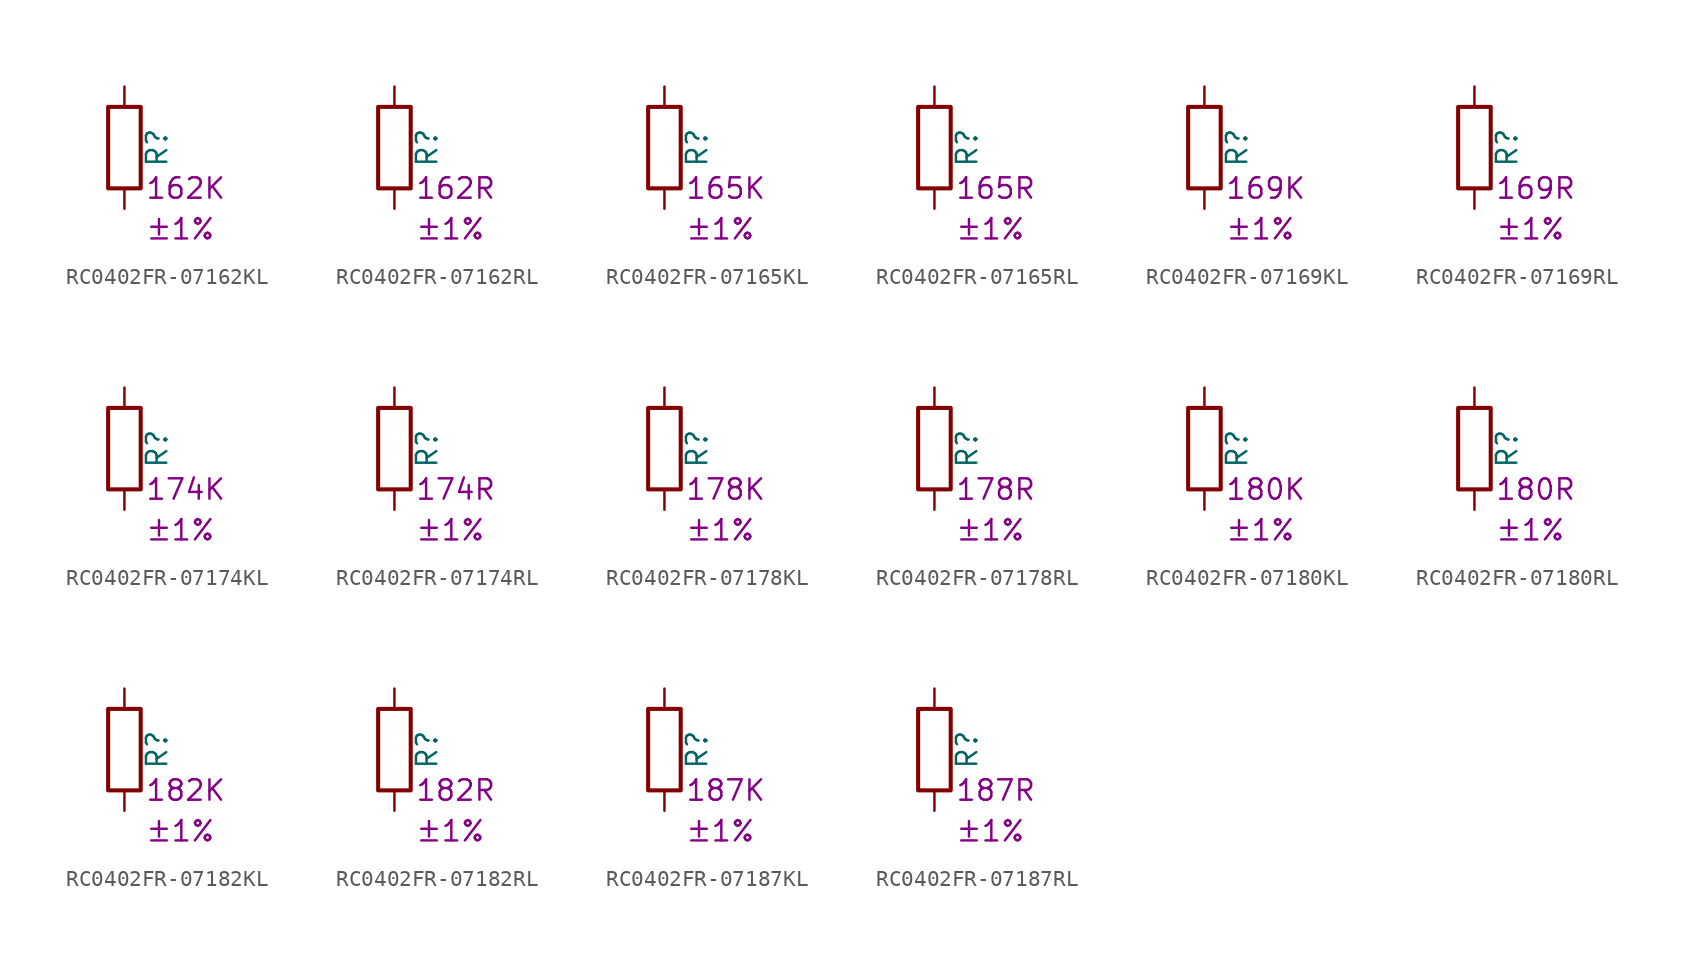
<source format=kicad_sym>
(kicad_symbol_lib
  (version 20220914)
  (generator kicad_symbol_editor)
  (symbol "RC0402FR-07162KL"
    (pin_numbers hide)
    (pin_names
      (offset 0))
    (property "Reference" "R"
      (at 2.032 0 90)
      (effects (font (size 1.27 1.27))))
    (property "Resistance" "162K"
      (at 1.27 -2.54 0)
      (effects (font (size 1.27 1.27)) (justify left)))
    (property "Tolerance" "±1%"
      (at 1.27 -5.08 0)
      (effects (font (size 1.27 1.27)) (justify left)))
    (symbol "RC0402FR-07162KL_0_1"
      (rectangle (start -1.016 -2.54) (end 1.016 2.54) (stroke (width 0.254) (type default)) (fill (type none))))
    (symbol "RC0402FR-07162KL_1_1"
      (pin passive line (at 0 3.81 270) (length 1.27) (name "~" (effects (font (size 1.27 1.27)))) (number "1" (effects (font (size 1.27 1.27)))))
      (pin passive line (at 0 -3.81 90) (length 1.27) (name "~" (effects (font (size 1.27 1.27)))) (number "2" (effects (font (size 1.27 1.27)))))))
  (symbol "RC0402FR-07162RL"
    (pin_numbers hide)
    (pin_names
      (offset 0))
    (property "Reference" "R"
      (at 2.032 0 90)
      (effects (font (size 1.27 1.27))))
    (property "Resistance" "162R"
      (at 1.27 -2.54 0)
      (effects (font (size 1.27 1.27)) (justify left)))
    (property "Tolerance" "±1%"
      (at 1.27 -5.08 0)
      (effects (font (size 1.27 1.27)) (justify left)))
    (symbol "RC0402FR-07162RL_0_1"
      (rectangle (start -1.016 -2.54) (end 1.016 2.54) (stroke (width 0.254) (type default)) (fill (type none))))
    (symbol "RC0402FR-07162RL_1_1"
      (pin passive line (at 0 3.81 270) (length 1.27) (name "~" (effects (font (size 1.27 1.27)))) (number "1" (effects (font (size 1.27 1.27)))))
      (pin passive line (at 0 -3.81 90) (length 1.27) (name "~" (effects (font (size 1.27 1.27)))) (number "2" (effects (font (size 1.27 1.27)))))))
  (symbol "RC0402FR-07165KL"
    (pin_numbers hide)
    (pin_names
      (offset 0))
    (property "Reference" "R"
      (at 2.032 0 90)
      (effects (font (size 1.27 1.27))))
    (property "Resistance" "165K"
      (at 1.27 -2.54 0)
      (effects (font (size 1.27 1.27)) (justify left)))
    (property "Tolerance" "±1%"
      (at 1.27 -5.08 0)
      (effects (font (size 1.27 1.27)) (justify left)))
    (symbol "RC0402FR-07165KL_0_1"
      (rectangle (start -1.016 -2.54) (end 1.016 2.54) (stroke (width 0.254) (type default)) (fill (type none))))
    (symbol "RC0402FR-07165KL_1_1"
      (pin passive line (at 0 3.81 270) (length 1.27) (name "~" (effects (font (size 1.27 1.27)))) (number "1" (effects (font (size 1.27 1.27)))))
      (pin passive line (at 0 -3.81 90) (length 1.27) (name "~" (effects (font (size 1.27 1.27)))) (number "2" (effects (font (size 1.27 1.27)))))))
  (symbol "RC0402FR-07165RL"
    (pin_numbers hide)
    (pin_names
      (offset 0))
    (property "Reference" "R"
      (at 2.032 0 90)
      (effects (font (size 1.27 1.27))))
    (property "Resistance" "165R"
      (at 1.27 -2.54 0)
      (effects (font (size 1.27 1.27)) (justify left)))
    (property "Tolerance" "±1%"
      (at 1.27 -5.08 0)
      (effects (font (size 1.27 1.27)) (justify left)))
    (symbol "RC0402FR-07165RL_0_1"
      (rectangle (start -1.016 -2.54) (end 1.016 2.54) (stroke (width 0.254) (type default)) (fill (type none))))
    (symbol "RC0402FR-07165RL_1_1"
      (pin passive line (at 0 3.81 270) (length 1.27) (name "~" (effects (font (size 1.27 1.27)))) (number "1" (effects (font (size 1.27 1.27)))))
      (pin passive line (at 0 -3.81 90) (length 1.27) (name "~" (effects (font (size 1.27 1.27)))) (number "2" (effects (font (size 1.27 1.27)))))))
  (symbol "RC0402FR-07169KL"
    (pin_numbers hide)
    (pin_names
      (offset 0))
    (property "Reference" "R"
      (at 2.032 0 90)
      (effects (font (size 1.27 1.27))))
    (property "Resistance" "169K"
      (at 1.27 -2.54 0)
      (effects (font (size 1.27 1.27)) (justify left)))
    (property "Tolerance" "±1%"
      (at 1.27 -5.08 0)
      (effects (font (size 1.27 1.27)) (justify left)))
    (symbol "RC0402FR-07169KL_0_1"
      (rectangle (start -1.016 -2.54) (end 1.016 2.54) (stroke (width 0.254) (type default)) (fill (type none))))
    (symbol "RC0402FR-07169KL_1_1"
      (pin passive line (at 0 3.81 270) (length 1.27) (name "~" (effects (font (size 1.27 1.27)))) (number "1" (effects (font (size 1.27 1.27)))))
      (pin passive line (at 0 -3.81 90) (length 1.27) (name "~" (effects (font (size 1.27 1.27)))) (number "2" (effects (font (size 1.27 1.27)))))))
  (symbol "RC0402FR-07169RL"
    (pin_numbers hide)
    (pin_names
      (offset 0))
    (property "Reference" "R"
      (at 2.032 0 90)
      (effects (font (size 1.27 1.27))))
    (property "Resistance" "169R"
      (at 1.27 -2.54 0)
      (effects (font (size 1.27 1.27)) (justify left)))
    (property "Tolerance" "±1%"
      (at 1.27 -5.08 0)
      (effects (font (size 1.27 1.27)) (justify left)))
    (symbol "RC0402FR-07169RL_0_1"
      (rectangle (start -1.016 -2.54) (end 1.016 2.54) (stroke (width 0.254) (type default)) (fill (type none))))
    (symbol "RC0402FR-07169RL_1_1"
      (pin passive line (at 0 3.81 270) (length 1.27) (name "~" (effects (font (size 1.27 1.27)))) (number "1" (effects (font (size 1.27 1.27)))))
      (pin passive line (at 0 -3.81 90) (length 1.27) (name "~" (effects (font (size 1.27 1.27)))) (number "2" (effects (font (size 1.27 1.27)))))))
  (symbol "RC0402FR-07174KL"
    (pin_numbers hide)
    (pin_names
      (offset 0))
    (property "Reference" "R"
      (at 2.032 0 90)
      (effects (font (size 1.27 1.27))))
    (property "Resistance" "174K"
      (at 1.27 -2.54 0)
      (effects (font (size 1.27 1.27)) (justify left)))
    (property "Tolerance" "±1%"
      (at 1.27 -5.08 0)
      (effects (font (size 1.27 1.27)) (justify left)))
    (symbol "RC0402FR-07174KL_0_1"
      (rectangle (start -1.016 -2.54) (end 1.016 2.54) (stroke (width 0.254) (type default)) (fill (type none))))
    (symbol "RC0402FR-07174KL_1_1"
      (pin passive line (at 0 3.81 270) (length 1.27) (name "~" (effects (font (size 1.27 1.27)))) (number "1" (effects (font (size 1.27 1.27)))))
      (pin passive line (at 0 -3.81 90) (length 1.27) (name "~" (effects (font (size 1.27 1.27)))) (number "2" (effects (font (size 1.27 1.27)))))))
  (symbol "RC0402FR-07174RL"
    (pin_numbers hide)
    (pin_names
      (offset 0))
    (property "Reference" "R"
      (at 2.032 0 90)
      (effects (font (size 1.27 1.27))))
    (property "Resistance" "174R"
      (at 1.27 -2.54 0)
      (effects (font (size 1.27 1.27)) (justify left)))
    (property "Tolerance" "±1%"
      (at 1.27 -5.08 0)
      (effects (font (size 1.27 1.27)) (justify left)))
    (symbol "RC0402FR-07174RL_0_1"
      (rectangle (start -1.016 -2.54) (end 1.016 2.54) (stroke (width 0.254) (type default)) (fill (type none))))
    (symbol "RC0402FR-07174RL_1_1"
      (pin passive line (at 0 3.81 270) (length 1.27) (name "~" (effects (font (size 1.27 1.27)))) (number "1" (effects (font (size 1.27 1.27)))))
      (pin passive line (at 0 -3.81 90) (length 1.27) (name "~" (effects (font (size 1.27 1.27)))) (number "2" (effects (font (size 1.27 1.27)))))))
  (symbol "RC0402FR-07178KL"
    (pin_numbers hide)
    (pin_names
      (offset 0))
    (property "Reference" "R"
      (at 2.032 0 90)
      (effects (font (size 1.27 1.27))))
    (property "Resistance" "178K"
      (at 1.27 -2.54 0)
      (effects (font (size 1.27 1.27)) (justify left)))
    (property "Tolerance" "±1%"
      (at 1.27 -5.08 0)
      (effects (font (size 1.27 1.27)) (justify left)))
    (symbol "RC0402FR-07178KL_0_1"
      (rectangle (start -1.016 -2.54) (end 1.016 2.54) (stroke (width 0.254) (type default)) (fill (type none))))
    (symbol "RC0402FR-07178KL_1_1"
      (pin passive line (at 0 3.81 270) (length 1.27) (name "~" (effects (font (size 1.27 1.27)))) (number "1" (effects (font (size 1.27 1.27)))))
      (pin passive line (at 0 -3.81 90) (length 1.27) (name "~" (effects (font (size 1.27 1.27)))) (number "2" (effects (font (size 1.27 1.27)))))))
  (symbol "RC0402FR-07178RL"
    (pin_numbers hide)
    (pin_names
      (offset 0))
    (property "Reference" "R"
      (at 2.032 0 90)
      (effects (font (size 1.27 1.27))))
    (property "Resistance" "178R"
      (at 1.27 -2.54 0)
      (effects (font (size 1.27 1.27)) (justify left)))
    (property "Tolerance" "±1%"
      (at 1.27 -5.08 0)
      (effects (font (size 1.27 1.27)) (justify left)))
    (symbol "RC0402FR-07178RL_0_1"
      (rectangle (start -1.016 -2.54) (end 1.016 2.54) (stroke (width 0.254) (type default)) (fill (type none))))
    (symbol "RC0402FR-07178RL_1_1"
      (pin passive line (at 0 3.81 270) (length 1.27) (name "~" (effects (font (size 1.27 1.27)))) (number "1" (effects (font (size 1.27 1.27)))))
      (pin passive line (at 0 -3.81 90) (length 1.27) (name "~" (effects (font (size 1.27 1.27)))) (number "2" (effects (font (size 1.27 1.27)))))))
  (symbol "RC0402FR-07180KL"
    (pin_numbers hide)
    (pin_names
      (offset 0))
    (property "Reference" "R"
      (at 2.032 0 90)
      (effects (font (size 1.27 1.27))))
    (property "Resistance" "180K"
      (at 1.27 -2.54 0)
      (effects (font (size 1.27 1.27)) (justify left)))
    (property "Tolerance" "±1%"
      (at 1.27 -5.08 0)
      (effects (font (size 1.27 1.27)) (justify left)))
    (symbol "RC0402FR-07180KL_0_1"
      (rectangle (start -1.016 -2.54) (end 1.016 2.54) (stroke (width 0.254) (type default)) (fill (type none))))
    (symbol "RC0402FR-07180KL_1_1"
      (pin passive line (at 0 3.81 270) (length 1.27) (name "~" (effects (font (size 1.27 1.27)))) (number "1" (effects (font (size 1.27 1.27)))))
      (pin passive line (at 0 -3.81 90) (length 1.27) (name "~" (effects (font (size 1.27 1.27)))) (number "2" (effects (font (size 1.27 1.27)))))))
  (symbol "RC0402FR-07180RL"
    (pin_numbers hide)
    (pin_names
      (offset 0))
    (property "Reference" "R"
      (at 2.032 0 90)
      (effects (font (size 1.27 1.27))))
    (property "Resistance" "180R"
      (at 1.27 -2.54 0)
      (effects (font (size 1.27 1.27)) (justify left)))
    (property "Tolerance" "±1%"
      (at 1.27 -5.08 0)
      (effects (font (size 1.27 1.27)) (justify left)))
    (symbol "RC0402FR-07180RL_0_1"
      (rectangle (start -1.016 -2.54) (end 1.016 2.54) (stroke (width 0.254) (type default)) (fill (type none))))
    (symbol "RC0402FR-07180RL_1_1"
      (pin passive line (at 0 3.81 270) (length 1.27) (name "~" (effects (font (size 1.27 1.27)))) (number "1" (effects (font (size 1.27 1.27)))))
      (pin passive line (at 0 -3.81 90) (length 1.27) (name "~" (effects (font (size 1.27 1.27)))) (number "2" (effects (font (size 1.27 1.27)))))))
  (symbol "RC0402FR-07182KL"
    (pin_numbers hide)
    (pin_names
      (offset 0))
    (property "Reference" "R"
      (at 2.032 0 90)
      (effects (font (size 1.27 1.27))))
    (property "Resistance" "182K"
      (at 1.27 -2.54 0)
      (effects (font (size 1.27 1.27)) (justify left)))
    (property "Tolerance" "±1%"
      (at 1.27 -5.08 0)
      (effects (font (size 1.27 1.27)) (justify left)))
    (symbol "RC0402FR-07182KL_0_1"
      (rectangle (start -1.016 -2.54) (end 1.016 2.54) (stroke (width 0.254) (type default)) (fill (type none))))
    (symbol "RC0402FR-07182KL_1_1"
      (pin passive line (at 0 3.81 270) (length 1.27) (name "~" (effects (font (size 1.27 1.27)))) (number "1" (effects (font (size 1.27 1.27)))))
      (pin passive line (at 0 -3.81 90) (length 1.27) (name "~" (effects (font (size 1.27 1.27)))) (number "2" (effects (font (size 1.27 1.27)))))))
  (symbol "RC0402FR-07182RL"
    (pin_numbers hide)
    (pin_names
      (offset 0))
    (property "Reference" "R"
      (at 2.032 0 90)
      (effects (font (size 1.27 1.27))))
    (property "Resistance" "182R"
      (at 1.27 -2.54 0)
      (effects (font (size 1.27 1.27)) (justify left)))
    (property "Tolerance" "±1%"
      (at 1.27 -5.08 0)
      (effects (font (size 1.27 1.27)) (justify left)))
    (symbol "RC0402FR-07182RL_0_1"
      (rectangle (start -1.016 -2.54) (end 1.016 2.54) (stroke (width 0.254) (type default)) (fill (type none))))
    (symbol "RC0402FR-07182RL_1_1"
      (pin passive line (at 0 3.81 270) (length 1.27) (name "~" (effects (font (size 1.27 1.27)))) (number "1" (effects (font (size 1.27 1.27)))))
      (pin passive line (at 0 -3.81 90) (length 1.27) (name "~" (effects (font (size 1.27 1.27)))) (number "2" (effects (font (size 1.27 1.27)))))))
  (symbol "RC0402FR-07187KL"
    (pin_numbers hide)
    (pin_names
      (offset 0))
    (property "Reference" "R"
      (at 2.032 0 90)
      (effects (font (size 1.27 1.27))))
    (property "Resistance" "187K"
      (at 1.27 -2.54 0)
      (effects (font (size 1.27 1.27)) (justify left)))
    (property "Tolerance" "±1%"
      (at 1.27 -5.08 0)
      (effects (font (size 1.27 1.27)) (justify left)))
    (symbol "RC0402FR-07187KL_0_1"
      (rectangle (start -1.016 -2.54) (end 1.016 2.54) (stroke (width 0.254) (type default)) (fill (type none))))
    (symbol "RC0402FR-07187KL_1_1"
      (pin passive line (at 0 3.81 270) (length 1.27) (name "~" (effects (font (size 1.27 1.27)))) (number "1" (effects (font (size 1.27 1.27)))))
      (pin passive line (at 0 -3.81 90) (length 1.27) (name "~" (effects (font (size 1.27 1.27)))) (number "2" (effects (font (size 1.27 1.27)))))))
  (symbol "RC0402FR-07187RL"
    (pin_numbers hide)
    (pin_names
      (offset 0))
    (property "Reference" "R"
      (at 2.032 0 90)
      (effects (font (size 1.27 1.27))))
    (property "Resistance" "187R"
      (at 1.27 -2.54 0)
      (effects (font (size 1.27 1.27)) (justify left)))
    (property "Tolerance" "±1%"
      (at 1.27 -5.08 0)
      (effects (font (size 1.27 1.27)) (justify left)))
    (symbol "RC0402FR-07187RL_0_1"
      (rectangle (start -1.016 -2.54) (end 1.016 2.54) (stroke (width 0.254) (type default)) (fill (type none))))
    (symbol "RC0402FR-07187RL_1_1"
      (pin passive line (at 0 3.81 270) (length 1.27) (name "~" (effects (font (size 1.27 1.27)))) (number "1" (effects (font (size 1.27 1.27)))))
      (pin passive line (at 0 -3.81 90) (length 1.27) (name "~" (effects (font (size 1.27 1.27)))) (number "2" (effects (font (size 1.27 1.27))))))))
</source>
